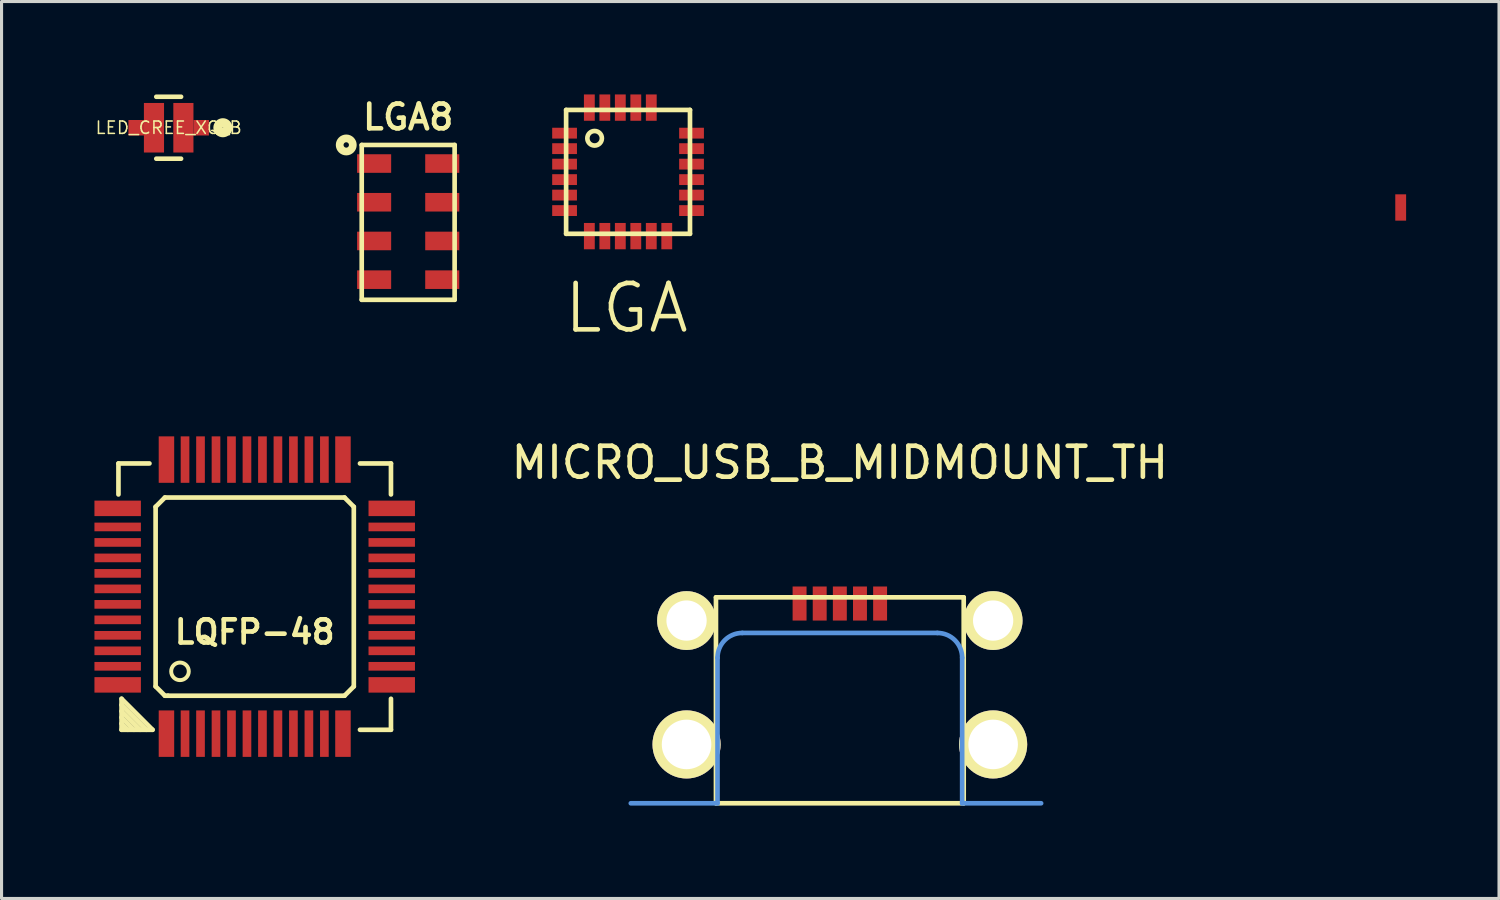
<source format=kicad_pcb>
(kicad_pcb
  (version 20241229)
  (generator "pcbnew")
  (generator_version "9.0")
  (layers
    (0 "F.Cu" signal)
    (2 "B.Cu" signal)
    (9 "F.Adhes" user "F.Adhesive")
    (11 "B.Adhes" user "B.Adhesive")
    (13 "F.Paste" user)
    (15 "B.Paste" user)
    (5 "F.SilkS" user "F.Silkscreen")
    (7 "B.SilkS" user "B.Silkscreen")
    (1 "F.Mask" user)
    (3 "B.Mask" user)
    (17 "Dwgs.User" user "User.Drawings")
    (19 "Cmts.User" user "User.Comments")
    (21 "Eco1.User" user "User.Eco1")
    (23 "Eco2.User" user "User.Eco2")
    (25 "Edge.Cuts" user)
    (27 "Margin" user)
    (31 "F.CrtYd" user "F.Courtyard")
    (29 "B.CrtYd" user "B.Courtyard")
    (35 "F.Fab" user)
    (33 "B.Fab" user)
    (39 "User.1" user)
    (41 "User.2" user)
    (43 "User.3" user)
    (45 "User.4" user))
  (footprint "LGA"
    (layer "F.Cu")
    (at 17.231 2.5)
    (property "Reference" "LGA" (at -0.05 4.4 0) (layer "F.SilkS") (effects (font (size 1.5 1.5) (thickness 0.15))))
    (attr through_hole)
    (fp_line (start -2 -2) (end 2 -2) (stroke (width 0.15) (type solid)) (layer "F.SilkS"))
    (fp_line (start -2 2) (end -2 -2) (stroke (width 0.15) (type solid)) (layer "F.SilkS"))
    (fp_line (start 2 -2) (end 2 2) (stroke (width 0.15) (type solid)) (layer "F.SilkS"))
    (fp_line (start 2 2) (end -2 2) (stroke (width 0.15) (type solid)) (layer "F.SilkS"))
    (fp_circle (center -1.08 -1.085) (end -1.09 -0.85) (stroke (width 0.15) (type solid)) (fill no) (layer "F.SilkS"))
    (pad "1" smd rect (at -2.05 -1.25) (size 0.8 0.35) (layers "F.Cu" "F.Mask" "F.Paste"))
    (pad "2" smd rect (at -2.05 -0.75) (size 0.8 0.35) (layers "F.Cu" "F.Mask" "F.Paste"))
    (pad "3" smd rect (at -2.05 -0.25) (size 0.8 0.35) (layers "F.Cu" "F.Mask" "F.Paste"))
    (pad "4" smd rect (at -2.05 0.25) (size 0.8 0.35) (layers "F.Cu" "F.Mask" "F.Paste"))
    (pad "5" smd rect (at -2.05 0.75) (size 0.8 0.35) (layers "F.Cu" "F.Mask" "F.Paste"))
    (pad "6" smd rect (at -2.05 1.25) (size 0.8 0.35) (layers "F.Cu" "F.Mask" "F.Paste"))
    (pad "7" smd rect (at -1.25 2.075) (size 0.35 0.85) (layers "F.Cu" "F.Mask" "F.Paste"))
    (pad "8" smd rect (at -0.75 2.075) (size 0.35 0.85) (layers "F.Cu" "F.Mask" "F.Paste"))
    (pad "9" smd rect (at -0.25 2.075) (size 0.35 0.85) (layers "F.Cu" "F.Mask" "F.Paste"))
    (pad "10" smd rect (at 0.25 2.075) (size 0.35 0.85) (layers "F.Cu" "F.Mask" "F.Paste"))
    (pad "11" smd rect (at 0.75 2.075) (size 0.35 0.85) (layers "F.Cu" "F.Mask" "F.Paste"))
    (pad "12" smd rect (at 1.25 2.075) (size 0.35 0.85) (layers "F.Cu" "F.Mask" "F.Paste"))
    (pad "13" smd rect (at 2.05 1.25) (size 0.8 0.35) (layers "F.Cu" "F.Mask" "F.Paste"))
    (pad "14" smd rect (at 2.05 0.75) (size 0.8 0.35) (layers "F.Cu" "F.Mask" "F.Paste"))
    (pad "15" smd rect (at 2.05 0.25) (size 0.8 0.35) (layers "F.Cu" "F.Mask" "F.Paste"))
    (pad "16" smd rect (at 2.05 -0.25) (size 0.8 0.35) (layers "F.Cu" "F.Mask" "F.Paste"))
    (pad "17" smd rect (at 2.05 -0.75) (size 0.8 0.35) (layers "F.Cu" "F.Mask" "F.Paste"))
    (pad "18" smd rect (at 2.05 -1.25) (size 0.8 0.35) (layers "F.Cu" "F.Mask" "F.Paste"))
    (pad "19" smd rect (at 24.95 1.15) (size 0.35 0.85) (layers "F.Cu" "F.Mask" "F.Paste"))
    (pad "20" smd rect (at 0.75 -2.075) (size 0.35 0.85) (layers "F.Cu" "F.Mask" "F.Paste"))
    (pad "21" smd rect (at 0.25 -2.075) (size 0.35 0.85) (layers "F.Cu" "F.Mask" "F.Paste"))
    (pad "22" smd rect (at -0.25 -2.075) (size 0.35 0.85) (layers "F.Cu" "F.Mask" "F.Paste"))
    (pad "23" smd rect (at -0.75 -2.075) (size 0.35 0.85) (layers "F.Cu" "F.Mask" "F.Paste"))
    (pad "24" smd rect (at -1.25 -2.075) (size 0.35 0.85) (layers "F.Cu" "F.Mask" "F.Paste")))
  (footprint "LGA8"
    (layer "F.Cu")
    (at 10.131 4.131)
    (property "Reference" "LGA8" (at 0 -3.4 0) (layer "F.SilkS") (effects (font (size 0.8 0.8) (thickness 0.15))))
    (attr smd)
    (fp_line (start -1.5 -2.5) (end -1.5 2.5) (stroke (width 0.15) (type solid)) (layer "F.SilkS"))
    (fp_line (start -1.5 2.5) (end 1.5 2.5) (stroke (width 0.15) (type solid)) (layer "F.SilkS"))
    (fp_line (start 1.5 -2.5) (end -1.5 -2.5) (stroke (width 0.15) (type solid)) (layer "F.SilkS"))
    (fp_line (start 1.5 2.5) (end 1.5 -2.5) (stroke (width 0.15) (type solid)) (layer "F.SilkS"))
    (fp_circle (center -2 -2.5) (end -1.85 -2.35) (stroke (width 0.25) (type solid)) (fill no) (layer "F.SilkS"))
    (pad "1" smd rect (at -1.1 -1.9) (size 1.1 0.6) (layers "F.Cu" "F.Mask" "F.Paste"))
    (pad "2" smd rect (at -1.1 -0.65) (size 1.1 0.6) (layers "F.Cu" "F.Mask" "F.Paste"))
    (pad "3" smd rect (at -1.1 0.6) (size 1.1 0.6) (layers "F.Cu" "F.Mask" "F.Paste"))
    (pad "4" smd rect (at -1.1 1.85) (size 1.1 0.6) (layers "F.Cu" "F.Mask" "F.Paste"))
    (pad "5" smd rect (at 1.1 1.85) (size 1.1 0.6) (layers "F.Cu" "F.Mask" "F.Paste"))
    (pad "6" smd rect (at 1.1 0.6) (size 1.1 0.6) (layers "F.Cu" "F.Mask" "F.Paste"))
    (pad "7" smd rect (at 1.1 -0.65) (size 1.1 0.6) (layers "F.Cu" "F.Mask" "F.Paste"))
    (pad "8" smd rect (at 1.1 -1.9) (size 1.1 0.6) (layers "F.Cu" "F.Mask" "F.Paste")))
  (footprint "LQFP-48"
    (layer "F.Cu")
    (at 5.175 16.216)
    (property "Reference" "LQFP-48" (at 0 1.143 0) (layer "F.SilkS") (effects (font (size 0.749 0.749) (thickness 0.15))))
    (attr smd)
    (fp_line (start -4.4 -4.3) (end -3.399 -4.3) (stroke (width 0.15) (type solid)) (layer "F.SilkS"))
    (fp_line (start -4.4 -3.299) (end -4.4 -4.3) (stroke (width 0.15) (type solid)) (layer "F.SilkS"))
    (fp_line (start -4.3 3.299) (end -3.299 4.3) (stroke (width 0.15) (type solid)) (layer "F.SilkS"))
    (fp_line (start -4.3 3.7) (end -3.7 4.3) (stroke (width 0.15) (type solid)) (layer "F.SilkS"))
    (fp_line (start -4.3 4.099) (end -4.099 4.3) (stroke (width 0.15) (type solid)) (layer "F.SilkS"))
    (fp_line (start -4.3 4.3) (end -4.3 3.299) (stroke (width 0.15) (type solid)) (layer "F.SilkS"))
    (fp_line (start -3.901 4.3) (end -4.3 3.901) (stroke (width 0.15) (type solid)) (layer "F.SilkS"))
    (fp_line (start -3.499 4.3) (end -4.3 3.499) (stroke (width 0.15) (type solid)) (layer "F.SilkS"))
    (fp_line (start -3.299 4.3) (end -4.3 4.3) (stroke (width 0.15) (type solid)) (layer "F.SilkS"))
    (fp_line (start -3.2 -2.9) (end -2.9 -3.2) (stroke (width 0.15) (type solid)) (layer "F.SilkS"))
    (fp_line (start -3.2 2.9) (end -3.2 -2.9) (stroke (width 0.15) (type solid)) (layer "F.SilkS"))
    (fp_line (start -2.9 -3.2) (end 2.9 -3.2) (stroke (width 0.15) (type solid)) (layer "F.SilkS"))
    (fp_line (start -2.9 3.2) (end -3.2 2.9) (stroke (width 0.15) (type solid)) (layer "F.SilkS"))
    (fp_line (start -2.8 3.2) (end -2.9 3.2) (stroke (width 0.15) (type solid)) (layer "F.SilkS"))
    (fp_line (start 2.9 -3.2) (end 3.2 -2.9) (stroke (width 0.15) (type solid)) (layer "F.SilkS"))
    (fp_line (start 2.9 3.2) (end -2.8 3.2) (stroke (width 0.15) (type solid)) (layer "F.SilkS"))
    (fp_line (start 3.2 -2.9) (end 3.2 2.9) (stroke (width 0.15) (type solid)) (layer "F.SilkS"))
    (fp_line (start 3.2 2.9) (end 2.9 3.2) (stroke (width 0.15) (type solid)) (layer "F.SilkS"))
    (fp_line (start 3.399 -4.3) (end 4.4 -4.3) (stroke (width 0.15) (type solid)) (layer "F.SilkS"))
    (fp_line (start 4.4 -4.3) (end 4.4 -3.299) (stroke (width 0.15) (type solid)) (layer "F.SilkS"))
    (fp_line (start 4.4 3.299) (end 4.4 4.3) (stroke (width 0.15) (type solid)) (layer "F.SilkS"))
    (fp_line (start 4.4 4.3) (end 3.399 4.3) (stroke (width 0.15) (type solid)) (layer "F.SilkS"))
    (fp_circle (center -2.413 2.413) (end -2.667 2.54) (stroke (width 0.127) (type solid)) (fill no) (layer "F.SilkS"))
    (pad "1" smd rect (at -2.85 4.425) (size 0.5 1.5) (layers "F.Cu" "F.Mask" "F.Paste"))
    (pad "2" smd rect (at -2.25 4.425) (size 0.28 1.5) (layers "F.Cu" "F.Mask" "F.Paste"))
    (pad "3" smd rect (at -1.75 4.425) (size 0.28 1.5) (layers "F.Cu" "F.Mask" "F.Paste"))
    (pad "4" smd rect (at -1.25 4.425) (size 0.28 1.5) (layers "F.Cu" "F.Mask" "F.Paste"))
    (pad "5" smd rect (at -0.75 4.425) (size 0.28 1.5) (layers "F.Cu" "F.Mask" "F.Paste"))
    (pad "6" smd rect (at -0.25 4.425) (size 0.28 1.5) (layers "F.Cu" "F.Mask" "F.Paste"))
    (pad "7" smd rect (at 0.25 4.425) (size 0.28 1.5) (layers "F.Cu" "F.Mask" "F.Paste"))
    (pad "8" smd rect (at 0.75 4.425) (size 0.28 1.5) (layers "F.Cu" "F.Mask" "F.Paste"))
    (pad "9" smd rect (at 1.25 4.425) (size 0.28 1.5) (layers "F.Cu" "F.Mask" "F.Paste"))
    (pad "10" smd rect (at 1.75 4.425) (size 0.28 1.5) (layers "F.Cu" "F.Mask" "F.Paste"))
    (pad "11" smd rect (at 2.25 4.425) (size 0.28 1.5) (layers "F.Cu" "F.Mask" "F.Paste"))
    (pad "12" smd rect (at 2.85 4.425) (size 0.5 1.5) (layers "F.Cu" "F.Mask" "F.Paste"))
    (pad "13" smd rect (at 4.425 2.85 90) (size 0.5 1.5) (layers "F.Cu" "F.Mask" "F.Paste"))
    (pad "14" smd rect (at 4.425 2.25 90) (size 0.28 1.5) (layers "F.Cu" "F.Mask" "F.Paste"))
    (pad "15" smd rect (at 4.425 1.75 90) (size 0.28 1.5) (layers "F.Cu" "F.Mask" "F.Paste"))
    (pad "16" smd rect (at 4.425 1.25 90) (size 0.28 1.5) (layers "F.Cu" "F.Mask" "F.Paste"))
    (pad "17" smd rect (at 4.425 0.75 90) (size 0.28 1.5) (layers "F.Cu" "F.Mask" "F.Paste"))
    (pad "18" smd rect (at 4.425 0.25 90) (size 0.28 1.5) (layers "F.Cu" "F.Mask" "F.Paste"))
    (pad "19" smd rect (at 4.425 -0.25 90) (size 0.28 1.5) (layers "F.Cu" "F.Mask" "F.Paste"))
    (pad "20" smd rect (at 4.425 -0.75 90) (size 0.28 1.5) (layers "F.Cu" "F.Mask" "F.Paste"))
    (pad "21" smd rect (at 4.425 -1.25 90) (size 0.28 1.5) (layers "F.Cu" "F.Mask" "F.Paste"))
    (pad "22" smd rect (at 4.425 -1.75 90) (size 0.28 1.5) (layers "F.Cu" "F.Mask" "F.Paste"))
    (pad "23" smd rect (at 4.425 -2.25 90) (size 0.28 1.5) (layers "F.Cu" "F.Mask" "F.Paste"))
    (pad "24" smd rect (at 4.425 -2.85 90) (size 0.5 1.5) (layers "F.Cu" "F.Mask" "F.Paste"))
    (pad "25" smd rect (at 2.85 -4.425) (size 0.5 1.5) (layers "F.Cu" "F.Mask" "F.Paste"))
    (pad "26" smd rect (at 2.25 -4.425) (size 0.28 1.5) (layers "F.Cu" "F.Mask" "F.Paste"))
    (pad "27" smd rect (at 1.75 -4.425) (size 0.28 1.5) (layers "F.Cu" "F.Mask" "F.Paste"))
    (pad "28" smd rect (at 1.25 -4.425) (size 0.28 1.5) (layers "F.Cu" "F.Mask" "F.Paste"))
    (pad "29" smd rect (at 0.75 -4.425) (size 0.28 1.5) (layers "F.Cu" "F.Mask" "F.Paste"))
    (pad "30" smd rect (at 0.25 -4.425) (size 0.28 1.5) (layers "F.Cu" "F.Mask" "F.Paste"))
    (pad "31" smd rect (at -0.25 -4.425) (size 0.28 1.5) (layers "F.Cu" "F.Mask" "F.Paste"))
    (pad "32" smd rect (at -0.75 -4.425) (size 0.28 1.5) (layers "F.Cu" "F.Mask" "F.Paste"))
    (pad "33" smd rect (at -1.25 -4.425) (size 0.28 1.5) (layers "F.Cu" "F.Mask" "F.Paste"))
    (pad "34" smd rect (at -1.75 -4.425) (size 0.28 1.5) (layers "F.Cu" "F.Mask" "F.Paste"))
    (pad "35" smd rect (at -2.25 -4.425) (size 0.28 1.5) (layers "F.Cu" "F.Mask" "F.Paste"))
    (pad "36" smd rect (at -2.85 -4.425) (size 0.5 1.5) (layers "F.Cu" "F.Mask" "F.Paste"))
    (pad "37" smd rect (at -4.425 -2.85 90) (size 0.5 1.5) (layers "F.Cu" "F.Mask" "F.Paste"))
    (pad "38" smd rect (at -4.425 -2.25 90) (size 0.28 1.5) (layers "F.Cu" "F.Mask" "F.Paste"))
    (pad "39" smd rect (at -4.425 -1.75 90) (size 0.28 1.5) (layers "F.Cu" "F.Mask" "F.Paste"))
    (pad "40" smd rect (at -4.425 -1.25 90) (size 0.28 1.5) (layers "F.Cu" "F.Mask" "F.Paste"))
    (pad "41" smd rect (at -4.425 -0.75 90) (size 0.28 1.5) (layers "F.Cu" "F.Mask" "F.Paste"))
    (pad "42" smd rect (at -4.425 -0.25 90) (size 0.28 1.5) (layers "F.Cu" "F.Mask" "F.Paste"))
    (pad "43" smd rect (at -4.425 0.25 90) (size 0.28 1.5) (layers "F.Cu" "F.Mask" "F.Paste"))
    (pad "44" smd rect (at -4.425 0.75 90) (size 0.28 1.5) (layers "F.Cu" "F.Mask" "F.Paste"))
    (pad "45" smd rect (at -4.425 1.25 90) (size 0.28 1.5) (layers "F.Cu" "F.Mask" "F.Paste"))
    (pad "46" smd rect (at -4.425 1.75 90) (size 0.28 1.5) (layers "F.Cu" "F.Mask" "F.Paste"))
    (pad "47" smd rect (at -4.425 2.25 90) (size 0.28 1.5) (layers "F.Cu" "F.Mask" "F.Paste"))
    (pad "48" smd rect (at -4.425 2.85 90) (size 0.5 1.5) (layers "F.Cu" "F.Mask" "F.Paste")))
  (footprint "MICRO_USB_B_MIDMOUNT_TH"
    (layer "F.Cu")
    (at 24.07 19.389)
    (property "Reference" "MICRO_USB_B_MIDMOUNT_TH" (at 0 -7.5 0) (layer "F.SilkS") (effects (font (size 1 1) (thickness 0.15))))
    (attr smd)
    (fp_line (start -4 -3.15) (end 4 -3.15) (stroke (width 0.15) (type solid)) (layer "F.SilkS"))
    (fp_line (start -4 3.5) (end -4 -3.15) (stroke (width 0.15) (type solid)) (layer "F.SilkS"))
    (fp_line (start 4 -3.15) (end 4 3.5) (stroke (width 0.15) (type solid)) (layer "F.SilkS"))
    (fp_line (start 4 3.5) (end -4 3.5) (stroke (width 0.15) (type solid)) (layer "F.SilkS"))
    (fp_line (start -6.75 3.5) (end -3.95 3.5) (stroke (width 0.15) (type solid)) (layer "Cmts.User"))
    (fp_line (start -3.95 3.5) (end -3.95 -1.2) (stroke (width 0.15) (type solid)) (layer "Cmts.User"))
    (fp_line (start -3.15 -2) (end 3.15 -2) (stroke (width 0.15) (type solid)) (layer "Cmts.User"))
    (fp_line (start 3.95 3.5) (end 3.95 -1.2) (stroke (width 0.15) (type solid)) (layer "Cmts.User"))
    (fp_line (start 6.5 3.5) (end 3.95 3.5) (stroke (width 0.15) (type solid)) (layer "Cmts.User"))
    (fp_arc (start -3.95 -1.2) (mid -3.715685 -1.765685) (end -3.15 -2) (stroke (width 0.15) (type solid)) (layer "Cmts.User"))
    (fp_arc (start 3.15 -2) (mid 3.715685 -1.765685) (end 3.95 -1.2) (stroke (width 0.15) (type solid)) (layer "Cmts.User"))
    (pad "1" smd rect (at -1.3 -2.95) (size 0.45 1.1) (layers "F.Cu" "F.Mask" "F.Paste"))
    (pad "2" smd rect (at -0.65 -2.95) (size 0.45 1.1) (layers "F.Cu" "F.Mask" "F.Paste"))
    (pad "3" smd rect (at 0 -2.95) (size 0.45 1.1) (layers "F.Cu" "F.Mask" "F.Paste"))
    (pad "4" smd rect (at 0.65 -2.95) (size 0.45 1.1) (layers "F.Cu" "F.Mask" "F.Paste"))
    (pad "5" smd rect (at 1.3 -2.95) (size 0.45 1.1) (layers "F.Cu" "F.Mask" "F.Paste"))
    (pad "6" thru_hole circle (at 4.95 -2.4) (size 1.9 1.9) (drill 1.3) (layers "*.Cu" "*.Mask" "F.SilkS"))
    (pad "7" thru_hole circle (at -4.95 -2.4) (size 1.9 1.9) (drill 1.3) (layers "*.Cu" "*.Mask" "F.SilkS"))
    (pad "8" thru_hole circle (at 4.95 1.6) (size 2.2 2.2) (drill 1.6) (layers "*.Cu" "*.Mask" "F.SilkS"))
    (pad "9" thru_hole circle (at -4.95 1.6) (size 2.2 2.2) (drill 1.6) (layers "*.Cu" "*.Mask" "F.SilkS")))
  (footprint "LED_CREE_XQ_B"
    (layer "F.Cu")
    (at 2.397 1.075)
    (property "Reference" "LED_CREE_XQ_B" (at 0 0 0) (layer "F.SilkS") (effects (font (size 0.4 0.4) (thickness 0.05))))
    (attr smd)
    (fp_line (start -0.4 -1) (end 0.4 -1) (stroke (width 0.15) (type solid)) (layer "F.SilkS"))
    (fp_line (start -0.4 1) (end 0.4 1) (stroke (width 0.15) (type solid)) (layer "F.SilkS"))
    (fp_circle (center 1.75 0) (end 1.8 0.15) (stroke (width 0.3) (type solid)) (fill no) (layer "F.SilkS"))
    (pad "" smd rect (at -0.4 0) (size 0.5 1.32) (layers "F.Paste"))
    (pad "" smd rect (at 0.4 0) (size 0.5 1.32) (layers "F.Paste"))
    (pad "1" smd rect (at -1.05 0) (size 0.5 0.5) (layers "F.Cu" "F.Mask"))
    (pad "1" smd rect (at -0.475 0) (size 0.65 1.6) (layers "F.Cu" "F.Mask"))
    (pad "2" smd rect (at 0.475 0) (size 0.65 1.6) (layers "F.Cu" "F.Mask"))
    (pad "2" smd rect (at 1.05 0) (size 0.5 0.5) (layers "F.Cu" "F.Mask")))
  (gr_rect
    (start -3 -3)
    (end 45.356 25.964)
    (stroke (width 0.1) (type default))
    (fill no)
    (layer "Edge.Cuts")))
</source>
